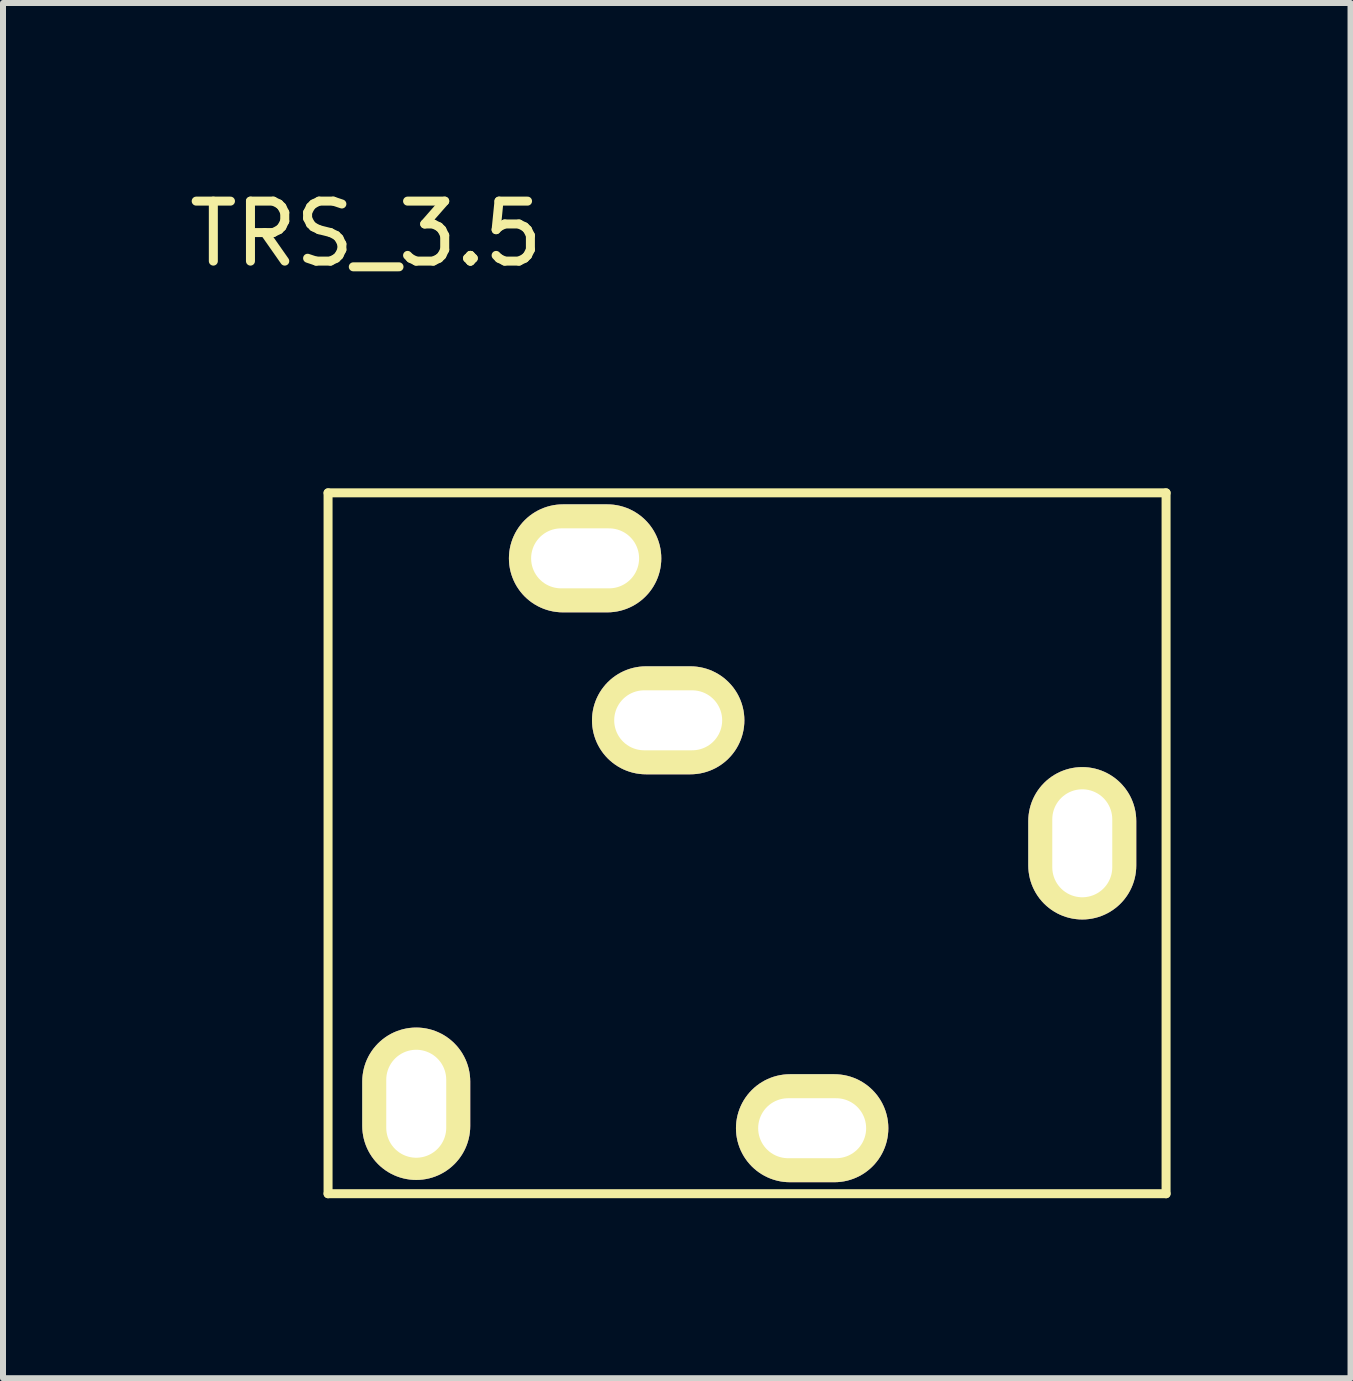
<source format=kicad_pcb>
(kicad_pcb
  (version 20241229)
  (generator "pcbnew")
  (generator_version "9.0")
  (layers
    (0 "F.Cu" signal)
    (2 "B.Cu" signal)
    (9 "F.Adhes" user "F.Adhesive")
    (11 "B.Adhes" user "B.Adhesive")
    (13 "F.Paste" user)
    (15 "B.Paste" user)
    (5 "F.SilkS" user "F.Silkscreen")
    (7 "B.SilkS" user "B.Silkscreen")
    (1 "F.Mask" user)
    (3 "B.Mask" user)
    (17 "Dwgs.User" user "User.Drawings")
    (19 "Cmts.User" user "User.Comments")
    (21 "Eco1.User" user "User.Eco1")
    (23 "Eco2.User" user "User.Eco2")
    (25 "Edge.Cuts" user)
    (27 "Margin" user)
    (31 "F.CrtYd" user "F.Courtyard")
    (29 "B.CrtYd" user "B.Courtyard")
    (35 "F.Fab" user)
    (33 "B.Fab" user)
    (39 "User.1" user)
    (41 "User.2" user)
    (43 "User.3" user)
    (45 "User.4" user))
  (footprint "TRS_3.5"
    (layer "F.Cu")
    (at 9.404 11.008)
    (property "Reference" "TRS_3.5" (at -6.35 -10.16 0) (layer "F.SilkS") (effects (font (size 1 1) (thickness 0.15))))
    (attr through_hole)
    (fp_line (start -6.985 -5.842) (end 6.985 -5.842) (stroke (width 0.15) (type solid)) (layer "F.SilkS"))
    (fp_line (start -6.985 5.842) (end -6.985 -5.842) (stroke (width 0.15) (type solid)) (layer "F.SilkS"))
    (fp_line (start 6.985 -5.842) (end 6.985 5.842) (stroke (width 0.15) (type solid)) (layer "F.SilkS"))
    (fp_line (start 6.985 5.842) (end -6.985 5.842) (stroke (width 0.15) (type solid)) (layer "F.SilkS"))
    (pad "1" thru_hole oval (at 5.588 0) (size 1.8 2.54) (drill oval 1 1.8) (layers "*.Cu" "*.Mask" "F.SilkS"))
    (pad "2" thru_hole oval (at -2.7 -4.75 90) (size 1.8 2.54) (drill oval 1 1.8) (layers "*.Cu" "*.Mask" "F.SilkS"))
    (pad "3" thru_hole oval (at 1.085 4.75 90) (size 1.8 2.54) (drill oval 1 1.8) (layers "*.Cu" "*.Mask" "F.SilkS"))
    (pad "4" thru_hole oval (at -1.315 -2.05 90) (size 1.8 2.54) (drill oval 1 1.8) (layers "*.Cu" "*.Mask" "F.SilkS"))
    (pad "5" thru_hole oval (at -5.515 4.342) (size 1.8 2.54) (drill oval 1 1.8) (layers "*.Cu" "*.Mask" "F.SilkS")))
  (gr_rect
    (start -3 -3)
    (end 19.464 19.925)
    (stroke (width 0.1) (type default))
    (fill no)
    (layer "Edge.Cuts")))
</source>
